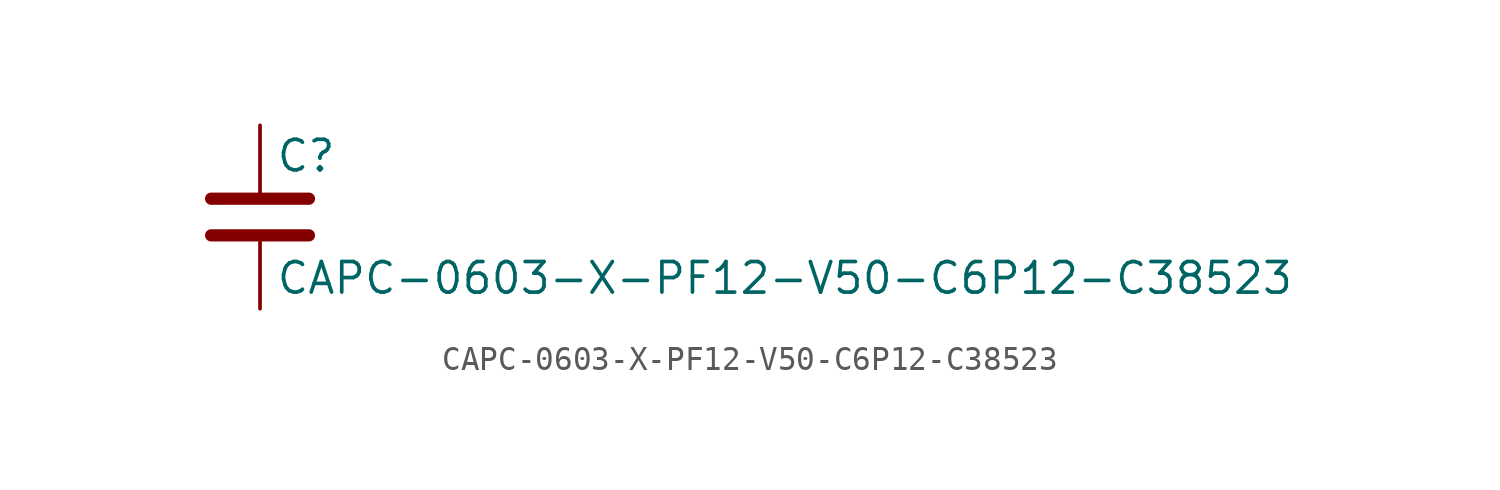
<source format=kicad_sym>
(kicad_symbol_lib
  (version 20211014)
  (generator kicad_symbol_editor)
  (symbol "CAPC-0603-X-PF12-V50-C6P12-C38523"
    (pin_numbers hide)
    (pin_names
      (offset 0.254))
    (property "Reference" "C"
      (at 0.635 2.54 0)
      (effects (font (size 1.27 1.27)) (justify left)))
    (property "Value" "CAPC-0603-X-PF12-V50-C6P12-C38523"
      (at 0.635 -2.54 0)
      (effects (font (size 1.27 1.27)) (justify left)))
    (symbol "CAPC-0603-X-PF12-V50-C6P12-C38523_0_1"
      (polyline (pts (xy -2.032 -0.762) (xy 2.032 -0.762)) (stroke (width 0.508) (type default) (color 0 0 0 0)) (fill (type none)))
      (polyline (pts (xy -2.032 0.762) (xy 2.032 0.762)) (stroke (width 0.508) (type default) (color 0 0 0 0)) (fill (type none))))
    (symbol "CAPC-0603-X-PF12-V50-C6P12-C38523_1_1"
      (pin passive line (at 0 3.81 270) (length 2.794) (name "~" (effects (font (size 1.27 1.27)))) (number "1" (effects (font (size 1.27 1.27)))))
      (pin passive line (at 0 -3.81 90) (length 2.794) (name "~" (effects (font (size 1.27 1.27)))) (number "2" (effects (font (size 1.27 1.27))))))))
</source>
